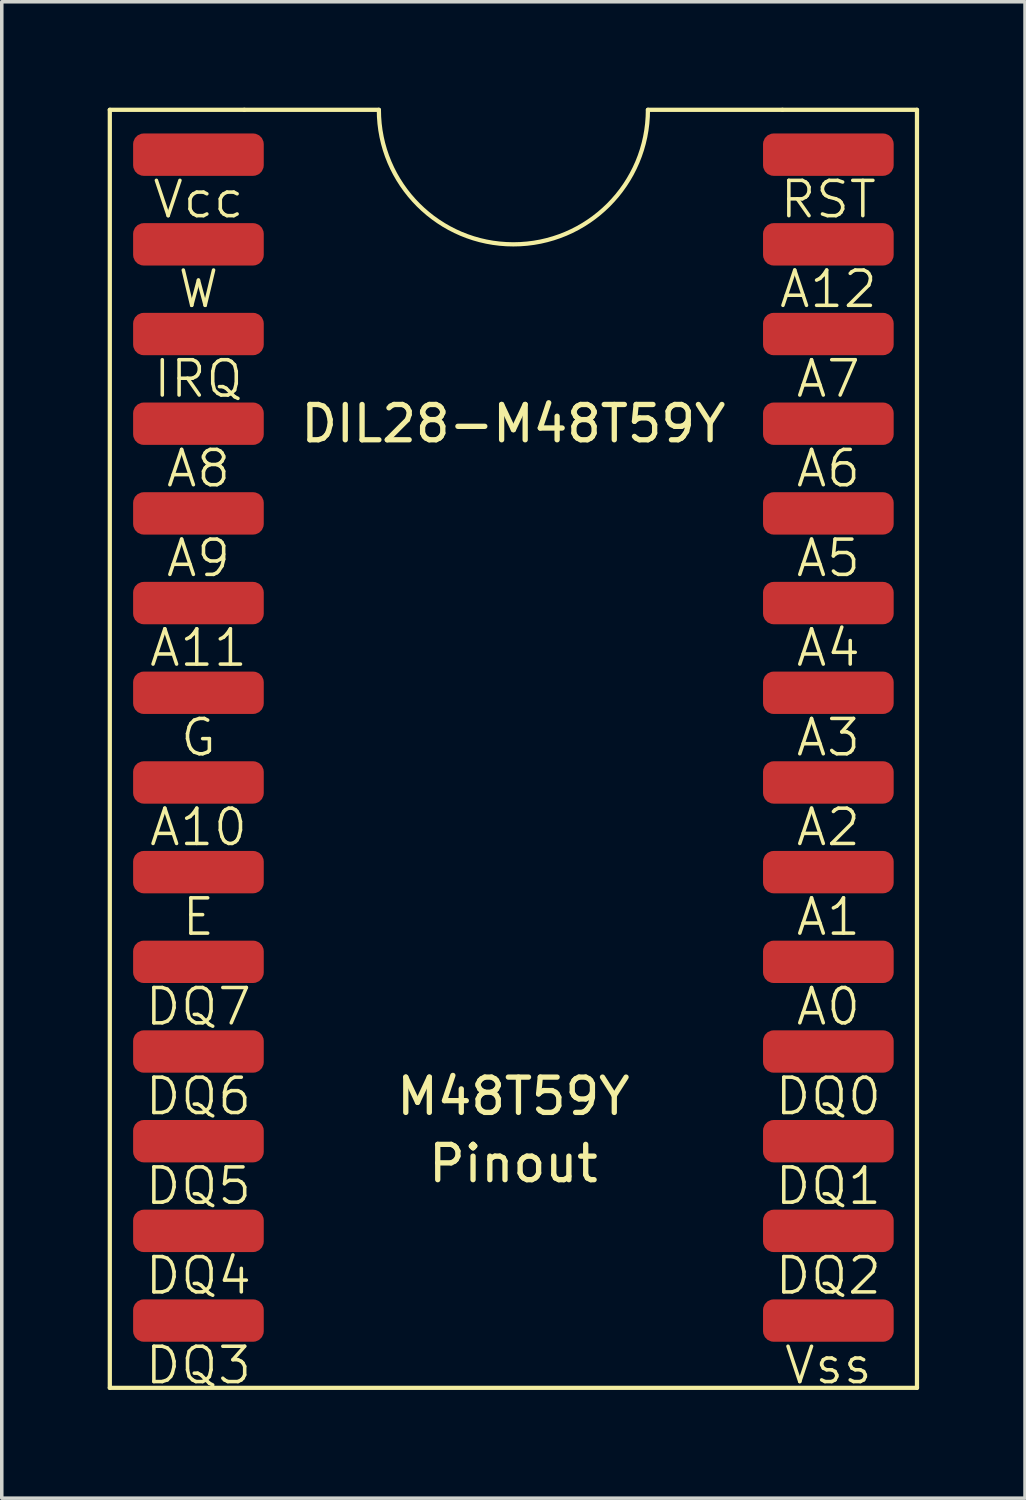
<source format=kicad_pcb>
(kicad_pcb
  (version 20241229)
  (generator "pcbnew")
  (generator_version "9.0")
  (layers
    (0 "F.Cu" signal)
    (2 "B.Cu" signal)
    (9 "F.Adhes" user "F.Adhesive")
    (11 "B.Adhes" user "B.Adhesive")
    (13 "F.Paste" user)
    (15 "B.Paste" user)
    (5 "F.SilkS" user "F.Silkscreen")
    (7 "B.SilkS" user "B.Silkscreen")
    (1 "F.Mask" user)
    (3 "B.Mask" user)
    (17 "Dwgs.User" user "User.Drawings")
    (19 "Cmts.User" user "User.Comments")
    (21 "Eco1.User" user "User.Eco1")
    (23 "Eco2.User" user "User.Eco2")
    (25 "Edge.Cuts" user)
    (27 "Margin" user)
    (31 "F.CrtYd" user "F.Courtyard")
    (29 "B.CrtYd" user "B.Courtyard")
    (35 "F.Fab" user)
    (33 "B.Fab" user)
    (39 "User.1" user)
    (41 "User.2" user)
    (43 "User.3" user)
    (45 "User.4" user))
  (footprint "DIL28-M48T59Y"
    (layer "F.Cu")
    (at 11.49 17.84)
    (property "Reference" "DIL28-M48T59Y" (at 0 -8.89 0) (layer "F.SilkS") (effects (font (size 1 1) (thickness 0.15))))
    (attr smd)
    (fp_line (start -11.43 -17.78) (end -11.43 18.415) (stroke (width 0.12) (type solid)) (layer "F.SilkS"))
    (fp_line (start -11.43 18.415) (end 11.43 18.415) (stroke (width 0.12) (type solid)) (layer "F.SilkS"))
    (fp_line (start -7.62 -17.78) (end -11.43 -17.78) (stroke (width 0.12) (type solid)) (layer "F.SilkS"))
    (fp_line (start -3.81 -17.78) (end -7.62 -17.78) (stroke (width 0.12) (type solid)) (layer "F.SilkS"))
    (fp_line (start 7.62 -17.78) (end 3.81 -17.78) (stroke (width 0.12) (type solid)) (layer "F.SilkS"))
    (fp_line (start 7.62 -17.78) (end 11.43 -17.78) (stroke (width 0.12) (type solid)) (layer "F.SilkS"))
    (fp_line (start 11.43 -17.78) (end 11.43 18.415) (stroke (width 0.12) (type solid)) (layer "F.SilkS"))
    (fp_arc (start 3.81 -17.78) (mid 0 -13.97) (end -3.81 -17.78) (stroke (width 0.12) (type solid)) (layer "F.SilkS"))
    (fp_text user "DQ3" (at -8.92 17.78 0) (layer "F.SilkS") (effects (font (size 1 1) (thickness 0.1))))
    (fp_text user "A6" (at 8.92 -7.62 0) (layer "F.SilkS") (effects (font (size 1 1) (thickness 0.1))))
    (fp_text user "A9" (at -8.92 -5.08 0) (layer "F.SilkS") (effects (font (size 1 1) (thickness 0.1))))
    (fp_text user "Pinout" (at 0 12.065 0) (layer "F.SilkS") (effects (font (size 1 1) (thickness 0.15))))
    (fp_text user "E" (at -8.92 5.08 0) (layer "F.SilkS") (effects (font (size 1 1) (thickness 0.1))))
    (fp_text user "A4" (at 8.92 -2.54 0) (layer "F.SilkS") (effects (font (size 1 1) (thickness 0.1))))
    (fp_text user "A0" (at 8.92 7.62 0) (layer "F.SilkS") (effects (font (size 1 1) (thickness 0.1))))
    (fp_text user "DQ4" (at -8.92 15.24 0) (layer "F.SilkS") (effects (font (size 1 1) (thickness 0.1))))
    (fp_text user "DQ1" (at 8.92 12.7 0) (layer "F.SilkS") (effects (font (size 1 1) (thickness 0.1))))
    (fp_text user "W" (at -8.92 -12.7 0) (layer "F.SilkS") (effects (font (size 1 1) (thickness 0.1))))
    (fp_text user "Vss" (at 8.92 17.78 0) (layer "F.SilkS") (effects (font (size 1 1) (thickness 0.1))))
    (fp_text user "A3" (at 8.92 0 0) (layer "F.SilkS") (effects (font (size 1 1) (thickness 0.1))))
    (fp_text user "A2" (at 8.92 2.54 0) (layer "F.SilkS") (effects (font (size 1 1) (thickness 0.1))))
    (fp_text user "DQ7" (at -8.92 7.62 0) (layer "F.SilkS") (effects (font (size 1 1) (thickness 0.1))))
    (fp_text user "G" (at -8.92 0 0) (layer "F.SilkS") (effects (font (size 1 1) (thickness 0.1))))
    (fp_text user "A11" (at -8.92 -2.54 0) (layer "F.SilkS") (effects (font (size 1 1) (thickness 0.1))))
    (fp_text user "A10" (at -8.92 2.54 0) (layer "F.SilkS") (effects (font (size 1 1) (thickness 0.1))))
    (fp_text user "A1" (at 8.92 5.08 0) (layer "F.SilkS") (effects (font (size 1 1) (thickness 0.1))))
    (fp_text user "DQ2" (at 8.92 15.24 0) (layer "F.SilkS") (effects (font (size 1 1) (thickness 0.1))))
    (fp_text user "A12" (at 8.92 -12.7 0) (layer "F.SilkS") (effects (font (size 1 1) (thickness 0.1))))
    (fp_text user "RST" (at 8.92 -15.24 0) (layer "F.SilkS") (effects (font (size 1 1) (thickness 0.1))))
    (fp_text user "A8" (at -8.92 -7.62 0) (layer "F.SilkS") (effects (font (size 1 1) (thickness 0.1))))
    (fp_text user "DQ5" (at -8.92 12.7 0) (layer "F.SilkS") (effects (font (size 1 1) (thickness 0.1))))
    (fp_text user "DQ0" (at 8.92 10.16 0) (layer "F.SilkS") (effects (font (size 1 1) (thickness 0.1))))
    (fp_text user "IRQ" (at -8.92 -10.16 0) (layer "F.SilkS") (effects (font (size 1 1) (thickness 0.1))))
    (fp_text user "A5" (at 8.92 -5.08 0) (layer "F.SilkS") (effects (font (size 1 1) (thickness 0.1))))
    (fp_text user "A7" (at 8.92 -10.16 0) (layer "F.SilkS") (effects (font (size 1 1) (thickness 0.1))))
    (fp_text user "Vcc" (at -8.92 -15.24 0) (layer "F.SilkS") (effects (font (size 1 1) (thickness 0.1))))
    (fp_text user "M48T59Y" (at 0 10.16 0) (layer "F.SilkS") (effects (font (size 1 1) (thickness 0.15))))
    (fp_text user "DQ6" (at -8.92 10.16 0) (layer "F.SilkS") (effects (font (size 1 1) (thickness 0.1))))
    (pad "1" smd roundrect (at 8.92 -16.51) (size 3.7 1.2) (layers "F.Cu" "F.Mask" "F.Paste") (roundrect_rratio 0.25))
    (pad "2" smd roundrect (at 8.92 -13.97) (size 3.7 1.2) (layers "F.Cu" "F.Mask" "F.Paste") (roundrect_rratio 0.25))
    (pad "3" smd roundrect (at 8.92 -11.43) (size 3.7 1.2) (layers "F.Cu" "F.Mask" "F.Paste") (roundrect_rratio 0.25))
    (pad "4" smd roundrect (at 8.92 -8.89) (size 3.7 1.2) (layers "F.Cu" "F.Mask" "F.Paste") (roundrect_rratio 0.25))
    (pad "5" smd roundrect (at 8.92 -6.35) (size 3.7 1.2) (layers "F.Cu" "F.Mask" "F.Paste") (roundrect_rratio 0.25))
    (pad "6" smd roundrect (at 8.92 -3.81) (size 3.7 1.2) (layers "F.Cu" "F.Mask" "F.Paste") (roundrect_rratio 0.25))
    (pad "7" smd roundrect (at 8.92 -1.27) (size 3.7 1.2) (layers "F.Cu" "F.Mask" "F.Paste") (roundrect_rratio 0.25))
    (pad "8" smd roundrect (at 8.92 1.27) (size 3.7 1.2) (layers "F.Cu" "F.Mask" "F.Paste") (roundrect_rratio 0.25))
    (pad "9" smd roundrect (at 8.92 3.81) (size 3.7 1.2) (layers "F.Cu" "F.Mask" "F.Paste") (roundrect_rratio 0.25))
    (pad "10" smd roundrect (at 8.92 6.35) (size 3.7 1.2) (layers "F.Cu" "F.Mask" "F.Paste") (roundrect_rratio 0.25))
    (pad "11" smd roundrect (at 8.92 8.89) (size 3.7 1.2) (layers "F.Cu" "F.Mask" "F.Paste") (roundrect_rratio 0.25))
    (pad "12" smd roundrect (at 8.92 11.43) (size 3.7 1.2) (layers "F.Cu" "F.Mask" "F.Paste") (roundrect_rratio 0.25))
    (pad "13" smd roundrect (at 8.92 13.97) (size 3.7 1.2) (layers "F.Cu" "F.Mask" "F.Paste") (roundrect_rratio 0.25))
    (pad "14" smd roundrect (at 8.92 16.51) (size 3.7 1.2) (layers "F.Cu" "F.Mask" "F.Paste") (roundrect_rratio 0.25))
    (pad "15" smd roundrect (at -8.92 16.51) (size 3.7 1.2) (layers "F.Cu" "F.Mask" "F.Paste") (roundrect_rratio 0.25))
    (pad "16" smd roundrect (at -8.92 13.97) (size 3.7 1.2) (layers "F.Cu" "F.Mask" "F.Paste") (roundrect_rratio 0.25))
    (pad "17" smd roundrect (at -8.92 11.43) (size 3.7 1.2) (layers "F.Cu" "F.Mask" "F.Paste") (roundrect_rratio 0.25))
    (pad "18" smd roundrect (at -8.92 8.89) (size 3.7 1.2) (layers "F.Cu" "F.Mask" "F.Paste") (roundrect_rratio 0.25))
    (pad "19" smd roundrect (at -8.92 6.35) (size 3.7 1.2) (layers "F.Cu" "F.Mask" "F.Paste") (roundrect_rratio 0.25))
    (pad "20" smd roundrect (at -8.92 3.81) (size 3.7 1.2) (layers "F.Cu" "F.Mask" "F.Paste") (roundrect_rratio 0.25))
    (pad "21" smd roundrect (at -8.92 1.27) (size 3.7 1.2) (layers "F.Cu" "F.Mask" "F.Paste") (roundrect_rratio 0.25))
    (pad "22" smd roundrect (at -8.92 -1.27) (size 3.7 1.2) (layers "F.Cu" "F.Mask" "F.Paste") (roundrect_rratio 0.25))
    (pad "23" smd roundrect (at -8.92 -3.81) (size 3.7 1.2) (layers "F.Cu" "F.Mask" "F.Paste") (roundrect_rratio 0.25))
    (pad "24" smd roundrect (at -8.92 -6.35) (size 3.7 1.2) (layers "F.Cu" "F.Mask" "F.Paste") (roundrect_rratio 0.25))
    (pad "25" smd roundrect (at -8.92 -8.89) (size 3.7 1.2) (layers "F.Cu" "F.Mask" "F.Paste") (roundrect_rratio 0.25))
    (pad "26" smd roundrect (at -8.92 -11.43) (size 3.7 1.2) (layers "F.Cu" "F.Mask" "F.Paste") (roundrect_rratio 0.25))
    (pad "27" smd roundrect (at -8.92 -13.97) (size 3.7 1.2) (layers "F.Cu" "F.Mask" "F.Paste") (roundrect_rratio 0.25))
    (pad "28" smd roundrect (at -8.92 -16.51) (size 3.7 1.2) (layers "F.Cu" "F.Mask" "F.Paste") (roundrect_rratio 0.25)))
  (gr_rect
    (start -3 -3)
    (end 25.98 39.38)
    (stroke (width 0.1) (type default))
    (fill no)
    (layer "Edge.Cuts")))
</source>
